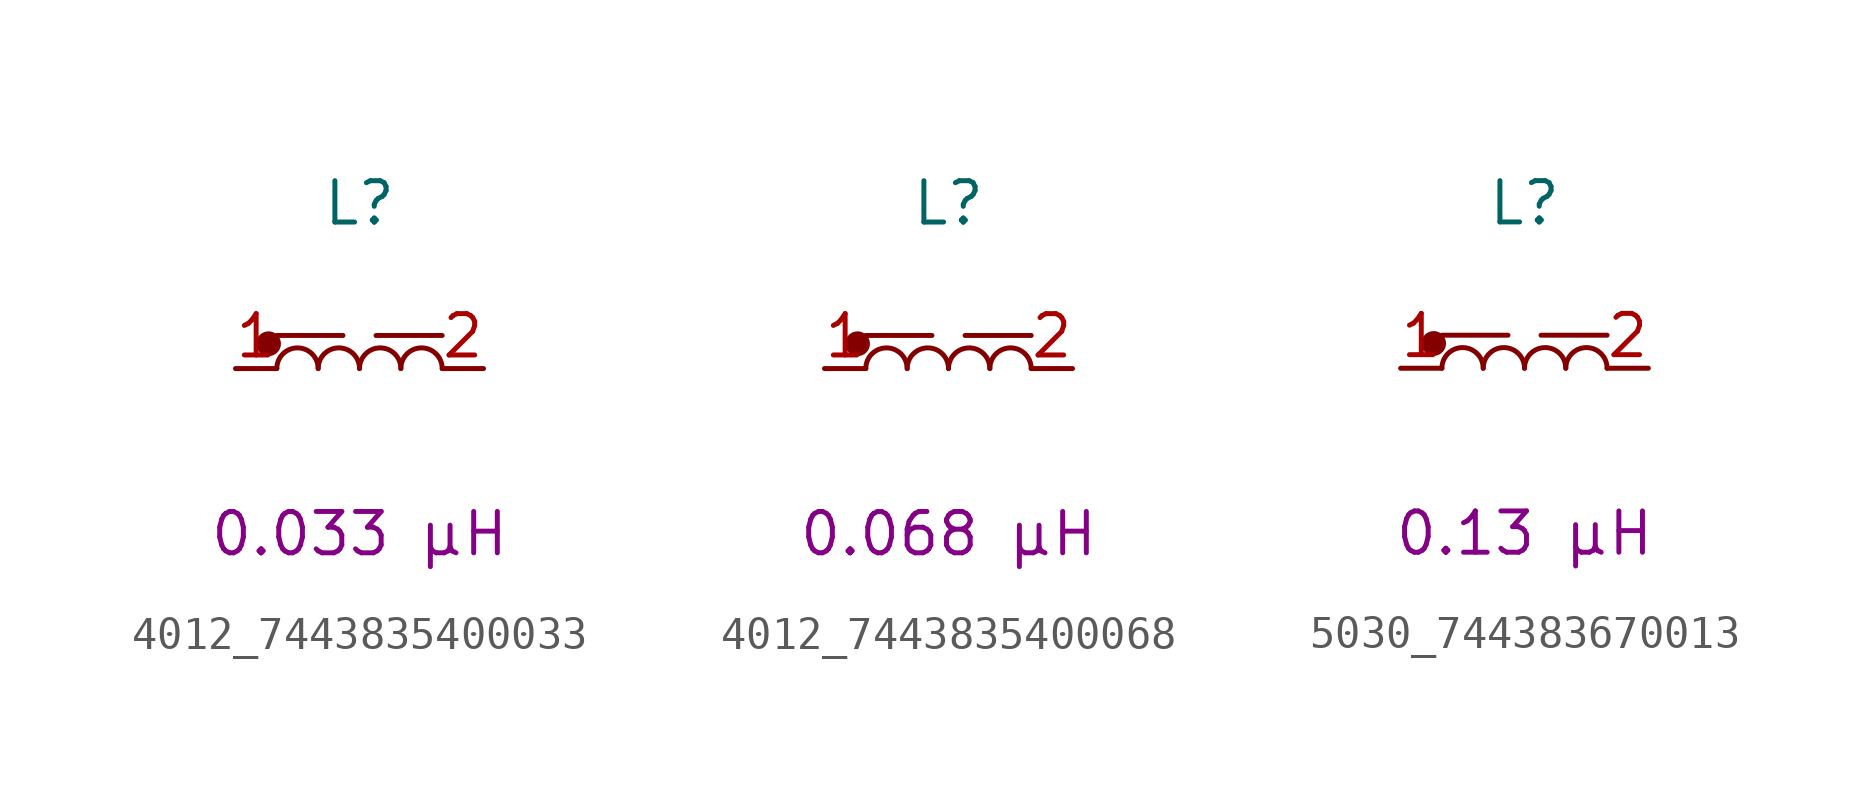
<source format=kicad_sym>
(kicad_symbol_lib
  (version 20220914)
  (generator kicad_symbol_editor)
  (symbol "4012_7443835400033"
    (pin_names hide)
    (property "Reference" "L"
      (at 0 5.08 0)
      (effects (font (size 1.27 1.27))))
    (property "Critical Parameter" "0.033 µH"
      (at 0 -5.08 0)
      (effects (font (size 1.27 1.27))))
    (symbol "4012_7443835400033_0_1"
      (arc (start -1.27 0) (mid -1.905 0.6323) (end -2.54 0) (stroke (width 0) (type default)) (fill (type none)))
      (arc (start 0 0) (mid -0.635 0.6323) (end -1.27 0) (stroke (width 0) (type default)) (fill (type none)))
      (polyline (pts (xy -2.54 1.016) (xy -0.508 1.016)) (stroke (width 0) (type default)) (fill (type none)))
      (arc (start 1.27 0) (mid 0.635 0.6323) (end 0 0) (stroke (width 0) (type default)) (fill (type none)))
      (arc (start 2.54 0) (mid 1.905 0.6323) (end 1.27 0) (stroke (width 0) (type default)) (fill (type none))))
    (symbol "4012_7443835400033_1_1"
      (circle (center -2.794 0.762) (radius 0.0001) (stroke (width 0.381) (type default)) (fill (type none)))
      (polyline (pts (xy 2.54 1.016) (xy 0.508 1.016)) (stroke (width 0) (type default)) (fill (type none)))
      (pin passive line (at -3.81 0 0) (length 1.27) (name "1" (effects (font (size 1.27 1.27)))) (number "1" (effects (font (size 1.27 1.27)))))
      (pin passive line (at 3.81 0 180) (length 1.27) (name "2" (effects (font (size 1.27 1.27)))) (number "2" (effects (font (size 1.27 1.27)))))))
  (symbol "4012_7443835400068"
    (pin_names hide)
    (property "Reference" "L"
      (at 0 5.08 0)
      (effects (font (size 1.27 1.27))))
    (property "Critical Parameter" "0.068 µH"
      (at 0 -5.08 0)
      (effects (font (size 1.27 1.27))))
    (symbol "4012_7443835400068_0_1"
      (arc (start -1.27 0) (mid -1.905 0.6323) (end -2.54 0) (stroke (width 0) (type default)) (fill (type none)))
      (arc (start 0 0) (mid -0.635 0.6323) (end -1.27 0) (stroke (width 0) (type default)) (fill (type none)))
      (polyline (pts (xy -2.54 1.016) (xy -0.508 1.016)) (stroke (width 0) (type default)) (fill (type none)))
      (arc (start 1.27 0) (mid 0.635 0.6323) (end 0 0) (stroke (width 0) (type default)) (fill (type none)))
      (arc (start 2.54 0) (mid 1.905 0.6323) (end 1.27 0) (stroke (width 0) (type default)) (fill (type none))))
    (symbol "4012_7443835400068_1_1"
      (circle (center -2.794 0.762) (radius 0.0001) (stroke (width 0.381) (type default)) (fill (type none)))
      (polyline (pts (xy 2.54 1.016) (xy 0.508 1.016)) (stroke (width 0) (type default)) (fill (type none)))
      (pin passive line (at -3.81 0 0) (length 1.27) (name "1" (effects (font (size 1.27 1.27)))) (number "1" (effects (font (size 1.27 1.27)))))
      (pin passive line (at 3.81 0 180) (length 1.27) (name "2" (effects (font (size 1.27 1.27)))) (number "2" (effects (font (size 1.27 1.27)))))))
  (symbol "5030_744383670013"
    (pin_names hide)
    (property "Reference" "L"
      (at 0 5.08 0)
      (effects (font (size 1.27 1.27))))
    (property "Critical Parameter" "0.13 µH"
      (at 0 -5.08 0)
      (effects (font (size 1.27 1.27))))
    (symbol "5030_744383670013_0_1"
      (arc (start -1.27 0) (mid -1.905 0.6323) (end -2.54 0) (stroke (width 0) (type default)) (fill (type none)))
      (arc (start 0 0) (mid -0.635 0.6323) (end -1.27 0) (stroke (width 0) (type default)) (fill (type none)))
      (polyline (pts (xy -2.54 1.016) (xy -0.508 1.016)) (stroke (width 0) (type default)) (fill (type none)))
      (arc (start 1.27 0) (mid 0.635 0.6323) (end 0 0) (stroke (width 0) (type default)) (fill (type none)))
      (arc (start 2.54 0) (mid 1.905 0.6323) (end 1.27 0) (stroke (width 0) (type default)) (fill (type none))))
    (symbol "5030_744383670013_1_1"
      (circle (center -2.794 0.762) (radius 0.0001) (stroke (width 0.381) (type default)) (fill (type none)))
      (polyline (pts (xy 2.54 1.016) (xy 0.508 1.016)) (stroke (width 0) (type default)) (fill (type none)))
      (pin passive line (at -3.81 0 0) (length 1.27) (name "1" (effects (font (size 1.27 1.27)))) (number "1" (effects (font (size 1.27 1.27)))))
      (pin passive line (at 3.81 0 180) (length 1.27) (name "2" (effects (font (size 1.27 1.27)))) (number "2" (effects (font (size 1.27 1.27))))))))
</source>
